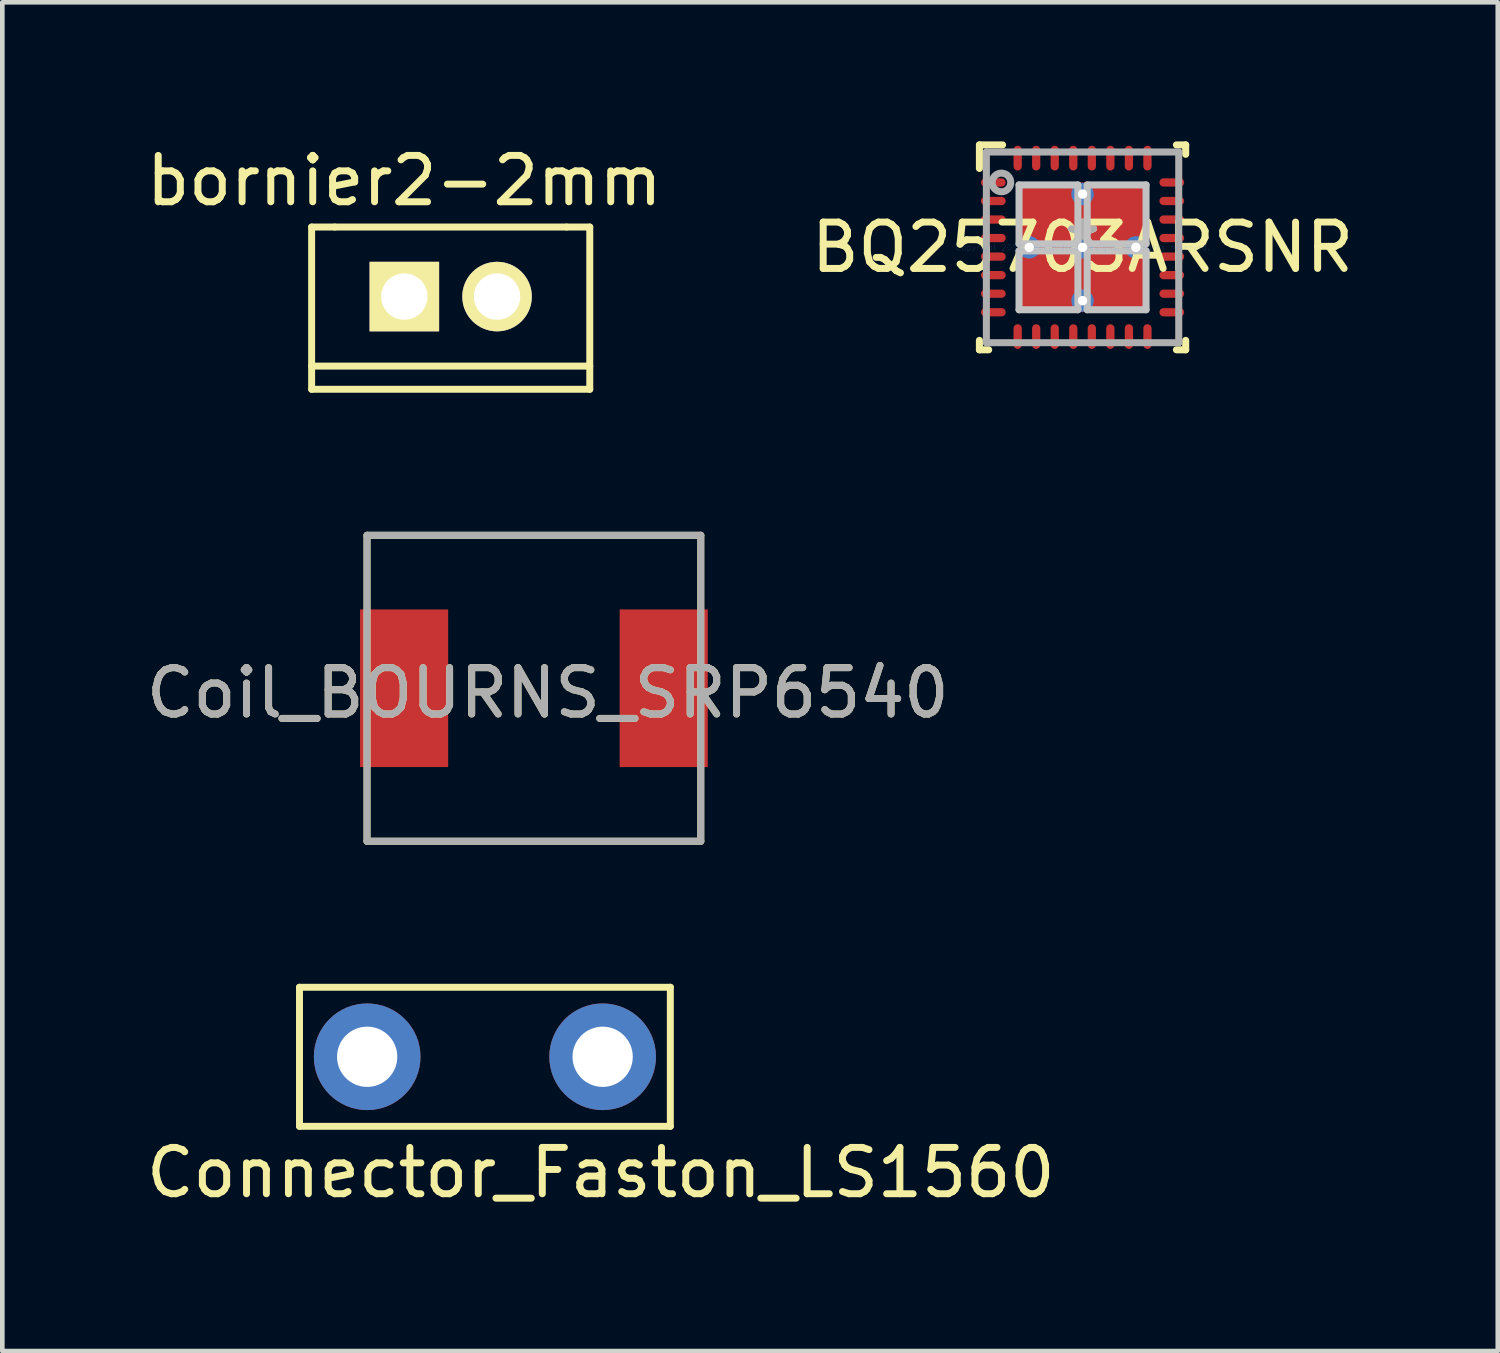
<source format=kicad_pcb>
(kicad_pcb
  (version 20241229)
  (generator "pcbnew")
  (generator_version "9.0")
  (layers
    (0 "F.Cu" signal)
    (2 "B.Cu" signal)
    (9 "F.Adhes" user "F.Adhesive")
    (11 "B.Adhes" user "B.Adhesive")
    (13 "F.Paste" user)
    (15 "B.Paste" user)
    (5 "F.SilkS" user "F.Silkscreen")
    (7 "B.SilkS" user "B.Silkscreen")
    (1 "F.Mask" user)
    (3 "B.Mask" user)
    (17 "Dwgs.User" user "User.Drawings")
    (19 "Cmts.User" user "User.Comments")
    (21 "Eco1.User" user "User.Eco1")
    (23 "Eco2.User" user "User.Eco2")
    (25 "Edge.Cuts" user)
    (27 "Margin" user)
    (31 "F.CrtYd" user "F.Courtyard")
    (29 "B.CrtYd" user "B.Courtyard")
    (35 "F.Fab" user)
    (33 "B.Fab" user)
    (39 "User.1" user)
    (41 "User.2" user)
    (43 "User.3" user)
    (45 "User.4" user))
  (footprint "Connector_Faston_LS1560"
    (layer "F.Cu")
    (at 7.411 19.748)
    (property "Reference" "Connector_Faston_LS1560" (at 2.5 2.5 0) (layer "F.SilkS") (effects (font (size 1 1) (thickness 0.15))))
    (attr through_hole)
    (fp_line (start -4 -1.5) (end 4 -1.5) (stroke (width 0.15) (type solid)) (layer "F.SilkS"))
    (fp_line (start -4 1.5) (end -4 -1.5) (stroke (width 0.15) (type solid)) (layer "F.SilkS"))
    (fp_line (start 4 -1.5) (end 4 1.5) (stroke (width 0.15) (type solid)) (layer "F.SilkS"))
    (fp_line (start 4 1.5) (end -4 1.5) (stroke (width 0.15) (type solid)) (layer "F.SilkS"))
    (pad "1" thru_hole circle (at -2.54 0) (size 2.3 2.3) (drill 1.3) (layers "*.Cu" "*.Mask"))
    (pad "1" thru_hole circle (at 2.54 0) (size 2.3 2.3) (drill 1.3) (layers "*.Cu" "*.Mask")))
  (footprint "Coil_BOURNS_SRP6540"
    (layer "F.Cu")
    (at 8.468 11.798)
    (property "Reference" "Coil_BOURNS_SRP6540" (at 0.3 0.1 0) (layer "F.SilkS") (effects (font (size 1 1) (thickness 0.15))))
    (attr through_hole)
    (fp_line (start -3.6 -3.3) (end -3.6 3.3) (stroke (width 0.15) (type solid)) (layer "F.SilkS"))
    (fp_line (start -3.6 3.3) (end 3.6 3.3) (stroke (width 0.15) (type solid)) (layer "F.SilkS"))
    (fp_line (start 3.6 -3.3) (end -3.6 -3.3) (stroke (width 0.15) (type solid)) (layer "F.SilkS"))
    (fp_line (start 3.6 3.3) (end 3.6 -3.3) (stroke (width 0.15) (type solid)) (layer "F.SilkS"))
    (fp_line (start -3.6 -3.3) (end -3.6 3.3) (stroke (width 0.15) (type solid)) (layer "F.Fab"))
    (fp_line (start -3.6 3.3) (end 3.6 3.3) (stroke (width 0.15) (type solid)) (layer "F.Fab"))
    (fp_line (start 3.6 -3.3) (end -3.6 -3.3) (stroke (width 0.15) (type solid)) (layer "F.Fab"))
    (fp_line (start 3.6 3.3) (end 3.6 -3.3) (stroke (width 0.15) (type solid)) (layer "F.Fab"))
    (fp_text user "${REFERENCE}" (at 0.3 0.1 0) (layer "F.Fab") (effects (font (size 1 1) (thickness 0.15))))
    (pad "1" smd rect (at -2.8 0) (size 1.9 3.4) (layers "F.Cu" "F.Mask" "F.Paste"))
    (pad "2" smd rect (at 2.8 0) (size 1.9 3.4) (layers "F.Cu" "F.Mask" "F.Paste")))
  (footprint "BQ25703ARSNR"
    (layer "F.Cu")
    (at 20.304 2.286)
    (property "Reference" "BQ25703ARSNR" (at 0 0 0) (layer "F.SilkS") (effects (font (size 1 1) (thickness 0.15))))
    (attr through_hole)
    (fp_line (start -2.225 2.21) (end -2.225 2.007) (stroke (width 0.152) (type solid)) (layer "F.SilkS"))
    (fp_line (start -2.225 2.21) (end -2.025 2.21) (stroke (width 0.152) (type solid)) (layer "F.SilkS"))
    (fp_line (start -2.225 -2.21) (end -1.725 -2.21) (stroke (width 0.152) (type solid)) (layer "F.SilkS"))
    (fp_line (start -2.225 -1.702) (end -2.225 -2.21) (stroke (width 0.152) (type solid)) (layer "F.SilkS"))
    (fp_line (start 2.025 -2.21) (end 2.225 -2.21) (stroke (width 0.152) (type solid)) (layer "F.SilkS"))
    (fp_line (start 2.025 2.21) (end 2.225 2.21) (stroke (width 0.152) (type solid)) (layer "F.SilkS"))
    (fp_line (start 2.225 -2.007) (end 2.225 -2.21) (stroke (width 0.152) (type solid)) (layer "F.SilkS"))
    (fp_line (start 2.225 2.21) (end 2.225 2.007) (stroke (width 0.152) (type solid)) (layer "F.SilkS"))
    (fp_line (start -1.37 -1.346) (end -1.37 -0.076) (stroke (width 0.152) (type solid)) (layer "Dwgs.User"))
    (fp_line (start -1.37 -0.076) (end -0.1 -0.076) (stroke (width 0.152) (type solid)) (layer "Dwgs.User"))
    (fp_line (start -1.37 0.076) (end -1.37 1.346) (stroke (width 0.152) (type solid)) (layer "Dwgs.User"))
    (fp_line (start -1.37 1.346) (end -0.1 1.346) (stroke (width 0.152) (type solid)) (layer "Dwgs.User"))
    (fp_line (start -0.1 -1.346) (end -1.37 -1.346) (stroke (width 0.152) (type solid)) (layer "Dwgs.User"))
    (fp_line (start -0.1 -0.076) (end -0.1 -1.346) (stroke (width 0.152) (type solid)) (layer "Dwgs.User"))
    (fp_line (start -0.1 0.076) (end -1.37 0.076) (stroke (width 0.152) (type solid)) (layer "Dwgs.User"))
    (fp_line (start -0.1 1.346) (end -0.1 0.076) (stroke (width 0.152) (type solid)) (layer "Dwgs.User"))
    (fp_line (start 0.1 -1.346) (end 0.1 -0.076) (stroke (width 0.152) (type solid)) (layer "Dwgs.User"))
    (fp_line (start 0.1 -0.076) (end 1.37 -0.076) (stroke (width 0.152) (type solid)) (layer "Dwgs.User"))
    (fp_line (start 0.1 0.076) (end 0.1 1.346) (stroke (width 0.152) (type solid)) (layer "Dwgs.User"))
    (fp_line (start 0.1 1.346) (end 1.37 1.346) (stroke (width 0.152) (type solid)) (layer "Dwgs.User"))
    (fp_line (start 1.37 -1.346) (end 0.1 -1.346) (stroke (width 0.152) (type solid)) (layer "Dwgs.User"))
    (fp_line (start 1.37 -0.076) (end 1.37 -1.346) (stroke (width 0.152) (type solid)) (layer "Dwgs.User"))
    (fp_line (start 1.37 0.076) (end 0.1 0.076) (stroke (width 0.152) (type solid)) (layer "Dwgs.User"))
    (fp_line (start 1.37 1.346) (end 1.37 0.076) (stroke (width 0.152) (type solid)) (layer "Dwgs.User"))
    (fp_line (start -2.075 -2.057) (end 2.075 -2.057) (stroke (width 0.152) (type solid)) (layer "F.Fab"))
    (fp_line (start -2.075 2.057) (end -2.075 -2.057) (stroke (width 0.152) (type solid)) (layer "F.Fab"))
    (fp_line (start -2.075 2.057) (end 2.075 2.057) (stroke (width 0.152) (type solid)) (layer "F.Fab"))
    (fp_line (start 2.075 2.057) (end 2.075 -2.057) (stroke (width 0.152) (type solid)) (layer "F.Fab"))
    (fp_circle (center -1.75 -1.4) (end -1.549 -1.4) (stroke (width 0.152) (type solid)) (fill no) (layer "F.Fab"))
    (fp_text user "*" (at 0 0 0) (layer "F.SilkS") (effects (font (size 1 1) (thickness 0.15))))
    (fp_text user "Copyright 2016 Accelerated Designs. All rights reserved." (at 0 0 0) (layer "Cmts.User") (effects (font (size 0.127 0.127) (thickness 0.002))))
    (fp_text user "*" (at 0 0 0) (layer "F.Fab") (effects (font (size 1 1) (thickness 0.15))))
    (pad "1" smd oval (at -1.925 -1.4 90) (size 0.178 0.533) (layers "F.Cu" "F.Mask" "F.Paste"))
    (pad "2" smd oval (at -1.925 -1 90) (size 0.178 0.533) (layers "F.Cu" "F.Mask" "F.Paste"))
    (pad "3" smd oval (at -1.925 -0.6 90) (size 0.178 0.533) (layers "F.Cu" "F.Mask" "F.Paste"))
    (pad "4" smd oval (at -1.925 -0.2 90) (size 0.178 0.533) (layers "F.Cu" "F.Mask" "F.Paste"))
    (pad "5" smd oval (at -1.925 0.2 90) (size 0.178 0.533) (layers "F.Cu" "F.Mask" "F.Paste"))
    (pad "6" smd oval (at -1.925 0.6 90) (size 0.178 0.533) (layers "F.Cu" "F.Mask" "F.Paste"))
    (pad "7" smd oval (at -1.925 1 90) (size 0.178 0.533) (layers "F.Cu" "F.Mask" "F.Paste"))
    (pad "8" smd oval (at -1.925 1.4 90) (size 0.178 0.533) (layers "F.Cu" "F.Mask" "F.Paste"))
    (pad "9" smd oval (at -1.4 1.925) (size 0.178 0.533) (layers "F.Cu" "F.Mask" "F.Paste"))
    (pad "10" smd oval (at -1 1.925) (size 0.178 0.533) (layers "F.Cu" "F.Mask" "F.Paste"))
    (pad "11" smd oval (at -0.6 1.925) (size 0.178 0.533) (layers "F.Cu" "F.Mask" "F.Paste"))
    (pad "12" smd oval (at -0.2 1.925) (size 0.178 0.533) (layers "F.Cu" "F.Mask" "F.Paste"))
    (pad "13" smd oval (at 0.2 1.925) (size 0.178 0.533) (layers "F.Cu" "F.Mask" "F.Paste"))
    (pad "14" smd oval (at 0.6 1.925) (size 0.178 0.533) (layers "F.Cu" "F.Mask" "F.Paste"))
    (pad "15" smd oval (at 1 1.925) (size 0.178 0.533) (layers "F.Cu" "F.Mask" "F.Paste"))
    (pad "16" smd oval (at 1.4 1.925) (size 0.178 0.533) (layers "F.Cu" "F.Mask" "F.Paste"))
    (pad "17" smd oval (at 1.925 1.4 90) (size 0.178 0.533) (layers "F.Cu" "F.Mask" "F.Paste"))
    (pad "18" smd oval (at 1.925 1 90) (size 0.178 0.533) (layers "F.Cu" "F.Mask" "F.Paste"))
    (pad "19" smd oval (at 1.925 0.6 90) (size 0.178 0.533) (layers "F.Cu" "F.Mask" "F.Paste"))
    (pad "20" smd oval (at 1.925 0.2 90) (size 0.178 0.533) (layers "F.Cu" "F.Mask" "F.Paste"))
    (pad "21" smd oval (at 1.925 -0.2 90) (size 0.178 0.533) (layers "F.Cu" "F.Mask" "F.Paste"))
    (pad "22" smd oval (at 1.925 -0.6 90) (size 0.178 0.533) (layers "F.Cu" "F.Mask" "F.Paste"))
    (pad "23" smd oval (at 1.925 -1 90) (size 0.178 0.533) (layers "F.Cu" "F.Mask" "F.Paste"))
    (pad "24" smd oval (at 1.925 -1.4 90) (size 0.178 0.533) (layers "F.Cu" "F.Mask" "F.Paste"))
    (pad "25" smd oval (at 1.4 -1.925) (size 0.178 0.533) (layers "F.Cu" "F.Mask" "F.Paste"))
    (pad "26" smd oval (at 1 -1.925) (size 0.178 0.533) (layers "F.Cu" "F.Mask" "F.Paste"))
    (pad "27" smd oval (at 0.6 -1.925) (size 0.178 0.533) (layers "F.Cu" "F.Mask" "F.Paste"))
    (pad "28" smd oval (at 0.2 -1.925) (size 0.178 0.533) (layers "F.Cu" "F.Mask" "F.Paste"))
    (pad "29" smd oval (at -0.2 -1.925) (size 0.178 0.533) (layers "F.Cu" "F.Mask" "F.Paste"))
    (pad "30" smd oval (at -0.6 -1.925) (size 0.178 0.533) (layers "F.Cu" "F.Mask" "F.Paste"))
    (pad "31" smd oval (at -1 -1.925) (size 0.178 0.533) (layers "F.Cu" "F.Mask" "F.Paste"))
    (pad "32" smd oval (at -1.4 -1.925) (size 0.178 0.533) (layers "F.Cu" "F.Mask" "F.Paste"))
    (pad "33" smd rect (at 0.000084 -0.000081) (size 2.794 2.794) (layers "F.Cu" "F.Mask" "F.Paste"))
    (pad "V" thru_hole circle (at -1.15 0) (size 0.483 0.483) (drill 0.203) (layers "*.Cu" "*.Mask"))
    (pad "V" thru_hole circle (at 0 -1.15) (size 0.483 0.483) (drill 0.203) (layers "*.Cu" "*.Mask"))
    (pad "V" thru_hole circle (at 0 0) (size 0.483 0.483) (drill 0.203) (layers "*.Cu" "*.Mask"))
    (pad "V" thru_hole circle (at 0 1.15) (size 0.483 0.483) (drill 0.203) (layers "*.Cu" "*.Mask"))
    (pad "V" thru_hole circle (at 1.15 0) (size 0.483 0.483) (drill 0.203) (layers "*.Cu" "*.Mask")))
  (footprint "bornier2-2mm"
    (layer "F.Cu")
    (at 6.673 3.348)
    (property "Reference" "bornier2-2mm" (at -1 -2.5 0) (layer "F.SilkS") (effects (font (size 1 1) (thickness 0.15))))
    (attr through_hole)
    (fp_line (start -3 -1.5) (end -2.5 -1.5) (stroke (width 0.15) (type solid)) (layer "F.SilkS"))
    (fp_line (start -3 1.5) (end 3 1.5) (stroke (width 0.15) (type solid)) (layer "F.SilkS"))
    (fp_line (start -3 2) (end -3 -1.5) (stroke (width 0.15) (type solid)) (layer "F.SilkS"))
    (fp_line (start -2.5 -1.5) (end 2.5 -1.5) (stroke (width 0.15) (type solid)) (layer "F.SilkS"))
    (fp_line (start 2.5 -1.5) (end 3 -1.5) (stroke (width 0.15) (type solid)) (layer "F.SilkS"))
    (fp_line (start 3 -1.5) (end 3 2) (stroke (width 0.15) (type solid)) (layer "F.SilkS"))
    (fp_line (start 3 2) (end -3 2) (stroke (width 0.15) (type solid)) (layer "F.SilkS"))
    (pad "1" thru_hole rect (at -1 0) (size 1.5 1.5) (drill 1) (layers "*.Cu" "*.Mask" "F.SilkS"))
    (pad "2" thru_hole circle (at 1 0) (size 1.5 1.5) (drill 1) (layers "*.Cu" "*.Mask" "F.SilkS")))
  (gr_rect
    (start -3 -3)
    (end 29.262 26.096)
    (stroke (width 0.1) (type default))
    (fill no)
    (layer "Edge.Cuts")))
</source>
